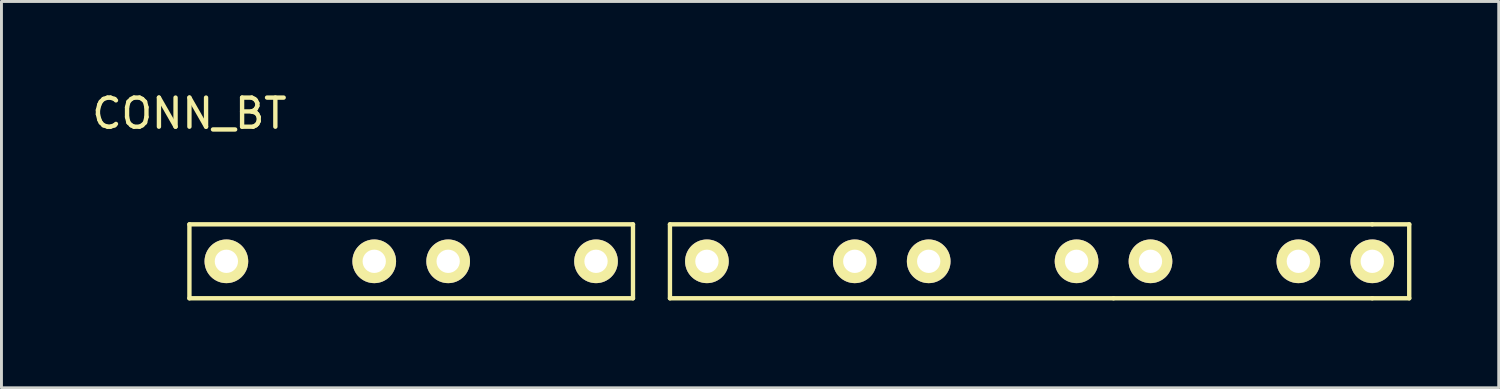
<source format=kicad_pcb>
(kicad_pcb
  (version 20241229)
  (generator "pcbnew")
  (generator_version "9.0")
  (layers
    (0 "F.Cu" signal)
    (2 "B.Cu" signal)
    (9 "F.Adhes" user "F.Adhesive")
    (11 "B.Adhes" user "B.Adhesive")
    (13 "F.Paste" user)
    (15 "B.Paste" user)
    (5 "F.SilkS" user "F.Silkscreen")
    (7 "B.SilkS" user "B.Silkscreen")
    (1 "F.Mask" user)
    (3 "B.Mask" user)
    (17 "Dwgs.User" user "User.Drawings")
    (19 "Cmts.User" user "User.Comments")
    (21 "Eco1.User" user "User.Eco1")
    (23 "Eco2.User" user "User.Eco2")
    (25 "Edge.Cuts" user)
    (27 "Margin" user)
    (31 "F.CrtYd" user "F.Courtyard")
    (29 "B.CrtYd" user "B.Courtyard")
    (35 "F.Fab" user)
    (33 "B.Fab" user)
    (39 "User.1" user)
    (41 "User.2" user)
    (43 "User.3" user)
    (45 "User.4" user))
  (footprint "CONN_BT"
    (layer "F.Cu")
    (at 4.728 5.928)
    (property "Reference" "CONN_BT" (at -1.27 -5.08 0) (layer "F.SilkS") (effects (font (size 1 1) (thickness 0.15))))
    (attr through_hole)
    (fp_line (start -1.27 -1.27) (end -1.27 1.27) (stroke (width 0.15) (type solid)) (layer "F.SilkS"))
    (fp_line (start -1.27 1.27) (end 13.97 1.27) (stroke (width 0.15) (type solid)) (layer "F.SilkS"))
    (fp_line (start 13.97 -1.27) (end -1.27 -1.27) (stroke (width 0.15) (type solid)) (layer "F.SilkS"))
    (fp_line (start 13.97 1.27) (end 13.97 -1.27) (stroke (width 0.15) (type solid)) (layer "F.SilkS"))
    (fp_line (start 15.24 -1.27) (end 15.24 1.27) (stroke (width 0.15) (type solid)) (layer "F.SilkS"))
    (fp_line (start 15.24 1.27) (end 30.48 1.27) (stroke (width 0.15) (type solid)) (layer "F.SilkS"))
    (fp_line (start 30.48 1.27) (end 39.37 1.27) (stroke (width 0.15) (type solid)) (layer "F.SilkS"))
    (fp_line (start 39.37 -1.27) (end 15.24 -1.27) (stroke (width 0.15) (type solid)) (layer "F.SilkS"))
    (fp_line (start 39.37 -1.27) (end 40.64 -1.27) (stroke (width 0.15) (type solid)) (layer "F.SilkS"))
    (fp_line (start 40.64 -1.27) (end 40.64 1.27) (stroke (width 0.15) (type solid)) (layer "F.SilkS"))
    (fp_line (start 40.64 1.27) (end 39.37 1.27) (stroke (width 0.15) (type solid)) (layer "F.SilkS"))
    (pad "1V81" thru_hole circle (at 12.7 0) (size 1.5 1.5) (drill 0.8) (layers "*.Cu" "*.Mask" "F.SilkS"))
    (pad "1V82" thru_hole circle (at 21.59 0) (size 1.5 1.5) (drill 0.8) (layers "*.Cu" "*.Mask" "F.SilkS"))
    (pad "1V83" thru_hole circle (at 29.21 0) (size 1.5 1.5) (drill 0.8) (layers "*.Cu" "*.Mask" "F.SilkS"))
    (pad "1V84" thru_hole circle (at 36.83 0) (size 1.5 1.5) (drill 0.8) (layers "*.Cu" "*.Mask" "F.SilkS"))
    (pad "back" thru_hole circle (at 16.51 0) (size 1.5 1.5) (drill 0.8) (layers "*.Cu" "*.Mask" "F.SilkS"))
    (pad "fwd" thru_hole circle (at 7.62 0) (size 1.5 1.5) (drill 0.8) (layers "*.Cu" "*.Mask" "F.SilkS"))
    (pad "play" thru_hole circle (at 39.37 0) (size 1.5 1.5) (drill 0.8) (layers "*.Cu" "*.Mask" "F.SilkS"))
    (pad "pwr1" thru_hole circle (at 0 0) (size 1.5 1.5) (drill 0.8) (layers "*.Cu" "*.Mask" "F.SilkS"))
    (pad "pwr2" thru_hole circle (at 5.08 0) (size 1.5 1.5) (drill 0.8) (layers "*.Cu" "*.Mask" "F.SilkS"))
    (pad "v_dn" thru_hole circle (at 31.75 0) (size 1.5 1.5) (drill 0.8) (layers "*.Cu" "*.Mask" "F.SilkS"))
    (pad "v_up" thru_hole circle (at 24.13 0) (size 1.5 1.5) (drill 0.8) (layers "*.Cu" "*.Mask" "F.SilkS")))
  (gr_rect
    (start -3 -3)
    (end 48.443 10.273)
    (stroke (width 0.1) (type default))
    (fill no)
    (layer "Edge.Cuts")))
</source>
